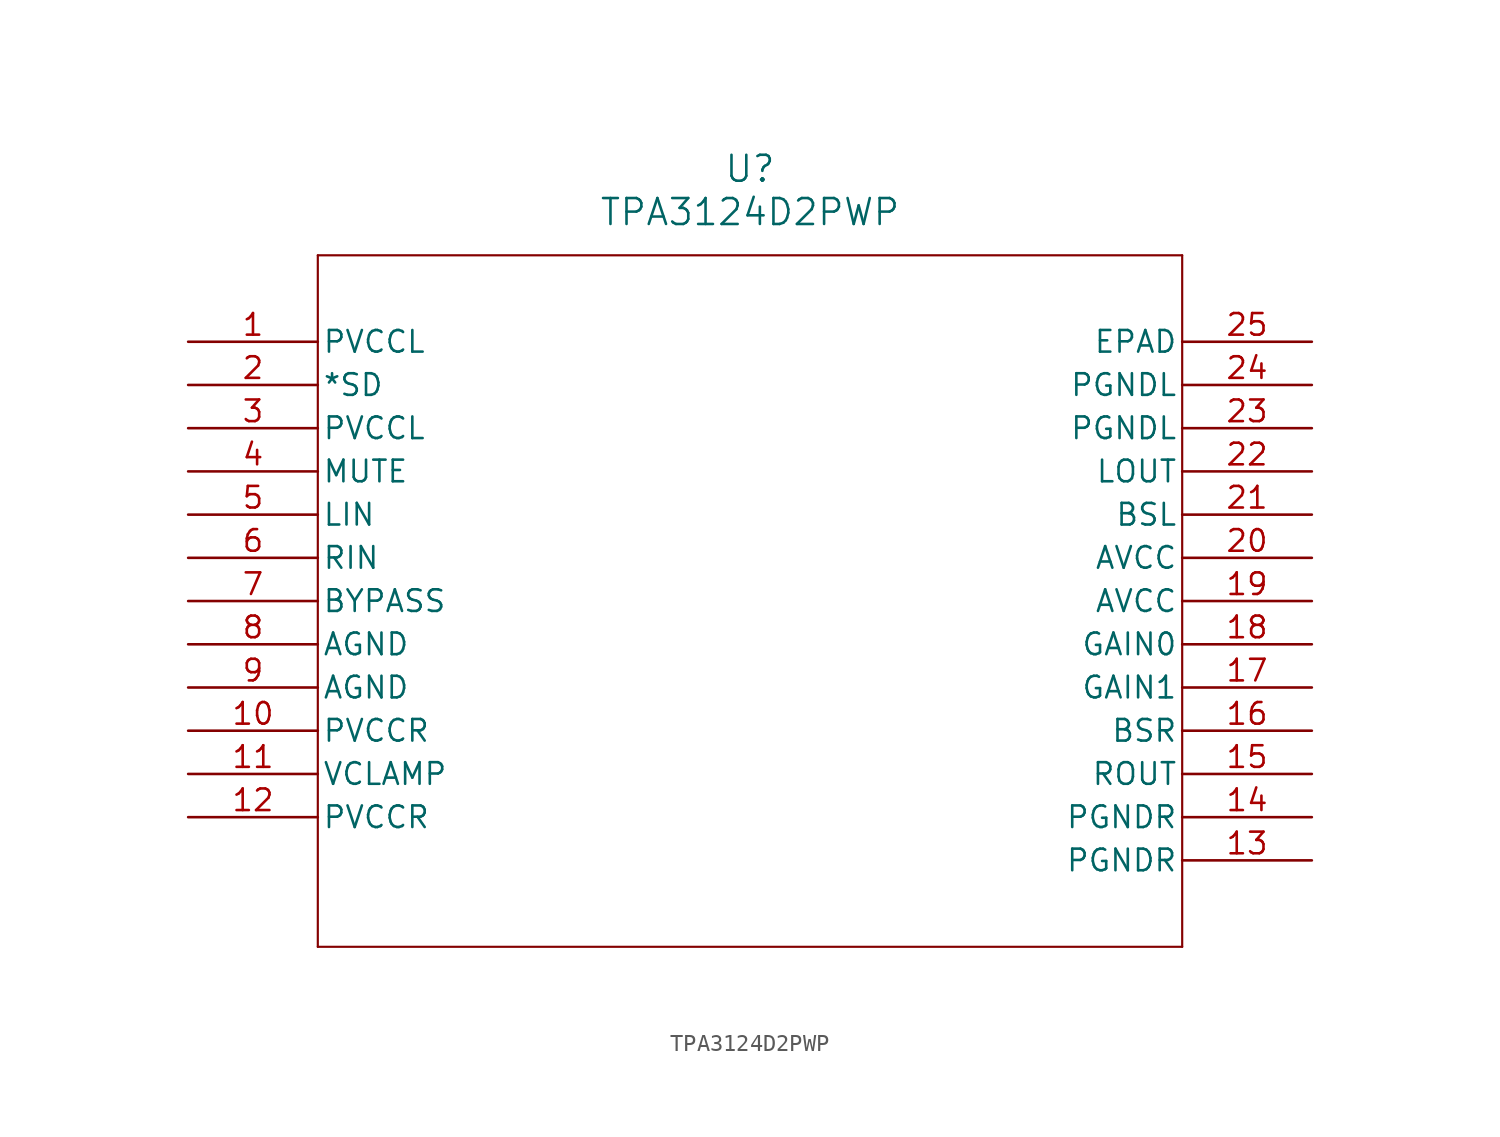
<source format=kicad_sym>
(kicad_symbol_lib
  (version 20211014)
  (generator kicad_symbol_editor)
  (symbol "TPA3124D2PWP"
    (pin_names
      (offset 0.254))
    (property "Reference" "U"
      (at 33.02 10.16 0)
      (effects (font (size 1.524 1.524))))
    (property "Value" "TPA3124D2PWP"
      (at 33.02 7.62 0)
      (effects (font (size 1.524 1.524))))
    (symbol "TPA3124D2PWP_0_1"
      (polyline (pts (xy 7.62 5.08) (xy 7.62 -35.56)) (stroke (width 0.127) (type default) (color 0 0 0 0)) (fill (type none)))
      (polyline (pts (xy 7.62 -35.56) (xy 58.42 -35.56)) (stroke (width 0.127) (type default) (color 0 0 0 0)) (fill (type none)))
      (polyline (pts (xy 58.42 -35.56) (xy 58.42 5.08)) (stroke (width 0.127) (type default) (color 0 0 0 0)) (fill (type none)))
      (polyline (pts (xy 58.42 5.08) (xy 7.62 5.08)) (stroke (width 0.127) (type default) (color 0 0 0 0)) (fill (type none)))
      (pin power_in line (at 0 0 0) (length 7.62) (name "PVCCL" (effects (font (size 1.27 1.27)))) (number "1" (effects (font (size 1.27 1.27)))))
      (pin input line (at 0 -2.54 0) (length 7.62) (name "*SD" (effects (font (size 1.27 1.27)))) (number "2" (effects (font (size 1.27 1.27)))))
      (pin power_in line (at 0 -5.08 0) (length 7.62) (name "PVCCL" (effects (font (size 1.27 1.27)))) (number "3" (effects (font (size 1.27 1.27)))))
      (pin input line (at 0 -7.62 0) (length 7.62) (name "MUTE" (effects (font (size 1.27 1.27)))) (number "4" (effects (font (size 1.27 1.27)))))
      (pin input line (at 0 -10.16 0) (length 7.62) (name "LIN" (effects (font (size 1.27 1.27)))) (number "5" (effects (font (size 1.27 1.27)))))
      (pin input line (at 0 -12.7 0) (length 7.62) (name "RIN" (effects (font (size 1.27 1.27)))) (number "6" (effects (font (size 1.27 1.27)))))
      (pin output line (at 0 -15.24 0) (length 7.62) (name "BYPASS" (effects (font (size 1.27 1.27)))) (number "7" (effects (font (size 1.27 1.27)))))
      (pin power_in line (at 0 -17.78 0) (length 7.62) (name "AGND" (effects (font (size 1.27 1.27)))) (number "8" (effects (font (size 1.27 1.27)))))
      (pin power_in line (at 0 -20.32 0) (length 7.62) (name "AGND" (effects (font (size 1.27 1.27)))) (number "9" (effects (font (size 1.27 1.27)))))
      (pin power_in line (at 0 -22.86 0) (length 7.62) (name "PVCCR" (effects (font (size 1.27 1.27)))) (number "10" (effects (font (size 1.27 1.27)))))
      (pin power_in line (at 0 -25.4 0) (length 7.62) (name "VCLAMP" (effects (font (size 1.27 1.27)))) (number "11" (effects (font (size 1.27 1.27)))))
      (pin power_in line (at 0 -27.94 0) (length 7.62) (name "PVCCR" (effects (font (size 1.27 1.27)))) (number "12" (effects (font (size 1.27 1.27)))))
      (pin power_in line (at 66.04 -30.48 180) (length 7.62) (name "PGNDR" (effects (font (size 1.27 1.27)))) (number "13" (effects (font (size 1.27 1.27)))))
      (pin power_in line (at 66.04 -27.94 180) (length 7.62) (name "PGNDR" (effects (font (size 1.27 1.27)))) (number "14" (effects (font (size 1.27 1.27)))))
      (pin output line (at 66.04 -25.4 180) (length 7.62) (name "ROUT" (effects (font (size 1.27 1.27)))) (number "15" (effects (font (size 1.27 1.27)))))
      (pin bidirectional line (at 66.04 -22.86 180) (length 7.62) (name "BSR" (effects (font (size 1.27 1.27)))) (number "16" (effects (font (size 1.27 1.27)))))
      (pin input line (at 66.04 -20.32 180) (length 7.62) (name "GAIN1" (effects (font (size 1.27 1.27)))) (number "17" (effects (font (size 1.27 1.27)))))
      (pin input line (at 66.04 -17.78 180) (length 7.62) (name "GAIN0" (effects (font (size 1.27 1.27)))) (number "18" (effects (font (size 1.27 1.27)))))
      (pin power_in line (at 66.04 -15.24 180) (length 7.62) (name "AVCC" (effects (font (size 1.27 1.27)))) (number "19" (effects (font (size 1.27 1.27)))))
      (pin power_in line (at 66.04 -12.7 180) (length 7.62) (name "AVCC" (effects (font (size 1.27 1.27)))) (number "20" (effects (font (size 1.27 1.27)))))
      (pin bidirectional line (at 66.04 -10.16 180) (length 7.62) (name "BSL" (effects (font (size 1.27 1.27)))) (number "21" (effects (font (size 1.27 1.27)))))
      (pin output line (at 66.04 -7.62 180) (length 7.62) (name "LOUT" (effects (font (size 1.27 1.27)))) (number "22" (effects (font (size 1.27 1.27)))))
      (pin power_in line (at 66.04 -5.08 180) (length 7.62) (name "PGNDL" (effects (font (size 1.27 1.27)))) (number "23" (effects (font (size 1.27 1.27)))))
      (pin power_in line (at 66.04 -2.54 180) (length 7.62) (name "PGNDL" (effects (font (size 1.27 1.27)))) (number "24" (effects (font (size 1.27 1.27)))))
      (pin unspecified line (at 66.04 0 180) (length 7.62) (name "EPAD" (effects (font (size 1.27 1.27)))) (number "25" (effects (font (size 1.27 1.27))))))))
</source>
